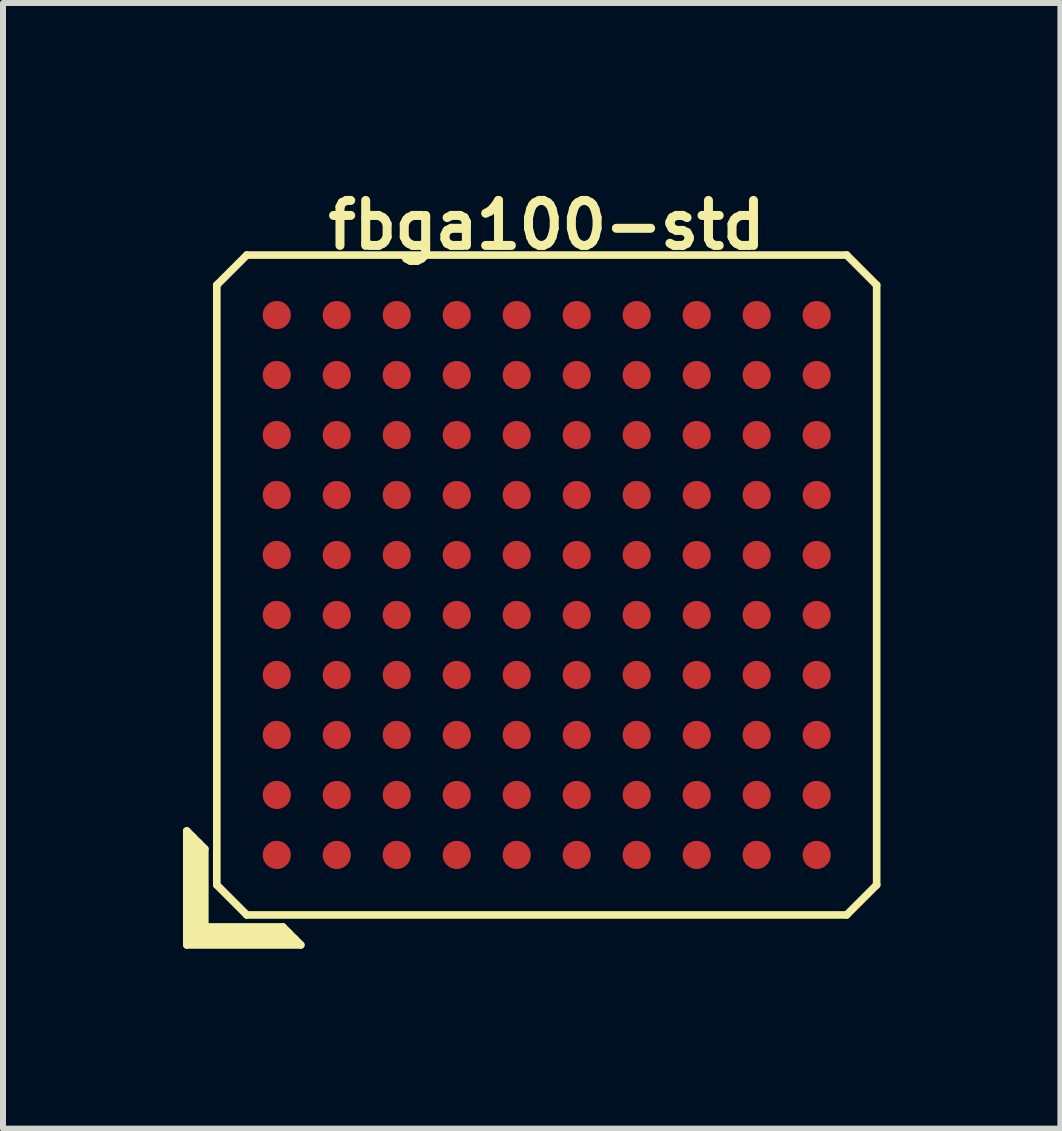
<source format=kicad_pcb>
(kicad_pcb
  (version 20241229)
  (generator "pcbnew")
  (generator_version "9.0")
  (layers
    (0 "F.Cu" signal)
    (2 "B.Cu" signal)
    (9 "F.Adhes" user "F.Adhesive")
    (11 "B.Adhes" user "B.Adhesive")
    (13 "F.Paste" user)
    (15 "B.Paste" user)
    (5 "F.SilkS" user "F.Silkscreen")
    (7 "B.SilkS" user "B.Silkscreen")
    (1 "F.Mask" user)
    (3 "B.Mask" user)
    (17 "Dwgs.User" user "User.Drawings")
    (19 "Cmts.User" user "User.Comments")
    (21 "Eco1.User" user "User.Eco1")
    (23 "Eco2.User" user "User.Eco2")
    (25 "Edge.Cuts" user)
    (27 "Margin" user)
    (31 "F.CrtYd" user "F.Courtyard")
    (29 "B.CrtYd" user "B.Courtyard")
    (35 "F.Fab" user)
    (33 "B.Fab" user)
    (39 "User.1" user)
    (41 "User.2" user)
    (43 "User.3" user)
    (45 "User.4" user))
  (footprint "fbga100-std"
    (layer "F.Cu")
    (at 6.064 6.702)
    (property "Reference" "fbga100-std" (at 0 -6 0) (layer "F.SilkS") (effects (font (size 0.75 0.75) (thickness 0.15))))
    (attr through_hole)
    (fp_line (start -6 4.1) (end -5.7 4.4) (stroke (width 0.127) (type solid)) (layer "F.SilkS"))
    (fp_line (start -6 6) (end -6 4.1) (stroke (width 0.127) (type solid)) (layer "F.SilkS"))
    (fp_line (start -5.9 5.9) (end -5.9 4.2) (stroke (width 0.127) (type solid)) (layer "F.SilkS"))
    (fp_line (start -5.8 4.3) (end -5.8 5.8) (stroke (width 0.127) (type solid)) (layer "F.SilkS"))
    (fp_line (start -5.8 5.8) (end -4.3 5.8) (stroke (width 0.127) (type solid)) (layer "F.SilkS"))
    (fp_line (start -5.7 4.4) (end -5.7 5.7) (stroke (width 0.127) (type solid)) (layer "F.SilkS"))
    (fp_line (start -5.7 5.7) (end -4.4 5.7) (stroke (width 0.127) (type solid)) (layer "F.SilkS"))
    (fp_line (start -5.5 -5) (end -5 -5.5) (stroke (width 0.127) (type solid)) (layer "F.SilkS"))
    (fp_line (start -5.5 5) (end -5.5 -5) (stroke (width 0.127) (type solid)) (layer "F.SilkS"))
    (fp_line (start -5 -5.5) (end 5 -5.5) (stroke (width 0.127) (type solid)) (layer "F.SilkS"))
    (fp_line (start -5 5.5) (end -5.5 5) (stroke (width 0.127) (type solid)) (layer "F.SilkS"))
    (fp_line (start -4.4 5.7) (end -4.1 6) (stroke (width 0.127) (type solid)) (layer "F.SilkS"))
    (fp_line (start -4.2 5.9) (end -5.9 5.9) (stroke (width 0.127) (type solid)) (layer "F.SilkS"))
    (fp_line (start -4.1 6) (end -6 6) (stroke (width 0.127) (type solid)) (layer "F.SilkS"))
    (fp_line (start 5 -5.5) (end 5.5 -5) (stroke (width 0.127) (type solid)) (layer "F.SilkS"))
    (fp_line (start 5 5.5) (end -5 5.5) (stroke (width 0.127) (type solid)) (layer "F.SilkS"))
    (fp_line (start 5.5 -5) (end 5.5 5) (stroke (width 0.127) (type solid)) (layer "F.SilkS"))
    (fp_line (start 5.5 5) (end 5 5.5) (stroke (width 0.127) (type solid)) (layer "F.SilkS"))
    (pad "A1" smd circle (at -4.5 4.5) (size 0.47 0.47) (layers "F.Cu" "F.Mask" "F.Paste"))
    (pad "A2" smd circle (at -4.5 3.5) (size 0.47 0.47) (layers "F.Cu" "F.Mask" "F.Paste"))
    (pad "A3" smd circle (at -4.5 2.5) (size 0.47 0.47) (layers "F.Cu" "F.Mask" "F.Paste"))
    (pad "A4" smd circle (at -4.5 1.5) (size 0.47 0.47) (layers "F.Cu" "F.Mask" "F.Paste"))
    (pad "A5" smd circle (at -4.5 0.5) (size 0.47 0.47) (layers "F.Cu" "F.Mask" "F.Paste"))
    (pad "A6" smd circle (at -4.5 -0.5) (size 0.47 0.47) (layers "F.Cu" "F.Mask" "F.Paste"))
    (pad "A7" smd circle (at -4.5 -1.5) (size 0.47 0.47) (layers "F.Cu" "F.Mask" "F.Paste"))
    (pad "A8" smd circle (at -4.5 -2.5) (size 0.47 0.47) (layers "F.Cu" "F.Mask" "F.Paste"))
    (pad "A9" smd circle (at -4.5 -3.5) (size 0.47 0.47) (layers "F.Cu" "F.Mask" "F.Paste"))
    (pad "A10" smd circle (at -4.5 -4.5) (size 0.47 0.47) (layers "F.Cu" "F.Mask" "F.Paste"))
    (pad "B1" smd circle (at -3.5 4.5) (size 0.47 0.47) (layers "F.Cu" "F.Mask" "F.Paste"))
    (pad "B2" smd circle (at -3.5 3.5) (size 0.47 0.47) (layers "F.Cu" "F.Mask" "F.Paste"))
    (pad "B3" smd circle (at -3.5 2.5) (size 0.47 0.47) (layers "F.Cu" "F.Mask" "F.Paste"))
    (pad "B4" smd circle (at -3.5 1.5) (size 0.47 0.47) (layers "F.Cu" "F.Mask" "F.Paste"))
    (pad "B5" smd circle (at -3.5 0.5) (size 0.47 0.47) (layers "F.Cu" "F.Mask" "F.Paste"))
    (pad "B6" smd circle (at -3.5 -0.5) (size 0.47 0.47) (layers "F.Cu" "F.Mask" "F.Paste"))
    (pad "B7" smd circle (at -3.5 -1.5) (size 0.47 0.47) (layers "F.Cu" "F.Mask" "F.Paste"))
    (pad "B8" smd circle (at -3.5 -2.5) (size 0.47 0.47) (layers "F.Cu" "F.Mask" "F.Paste"))
    (pad "B9" smd circle (at -3.5 -3.5) (size 0.47 0.47) (layers "F.Cu" "F.Mask" "F.Paste"))
    (pad "B10" smd circle (at -3.5 -4.5) (size 0.47 0.47) (layers "F.Cu" "F.Mask" "F.Paste"))
    (pad "C1" smd circle (at -2.5 4.5) (size 0.47 0.47) (layers "F.Cu" "F.Mask" "F.Paste"))
    (pad "C2" smd circle (at -2.5 3.5) (size 0.47 0.47) (layers "F.Cu" "F.Mask" "F.Paste"))
    (pad "C3" smd circle (at -2.5 2.5) (size 0.47 0.47) (layers "F.Cu" "F.Mask" "F.Paste"))
    (pad "C4" smd circle (at -2.5 1.5) (size 0.47 0.47) (layers "F.Cu" "F.Mask" "F.Paste"))
    (pad "C5" smd circle (at -2.5 0.5) (size 0.47 0.47) (layers "F.Cu" "F.Mask" "F.Paste"))
    (pad "C6" smd circle (at -2.5 -0.5) (size 0.47 0.47) (layers "F.Cu" "F.Mask" "F.Paste"))
    (pad "C7" smd circle (at -2.5 -1.5) (size 0.47 0.47) (layers "F.Cu" "F.Mask" "F.Paste"))
    (pad "C8" smd circle (at -2.5 -2.5) (size 0.47 0.47) (layers "F.Cu" "F.Mask" "F.Paste"))
    (pad "C9" smd circle (at -2.5 -3.5) (size 0.47 0.47) (layers "F.Cu" "F.Mask" "F.Paste"))
    (pad "C10" smd circle (at -2.5 -4.5) (size 0.47 0.47) (layers "F.Cu" "F.Mask" "F.Paste"))
    (pad "D1" smd circle (at -1.5 4.5) (size 0.47 0.47) (layers "F.Cu" "F.Mask" "F.Paste"))
    (pad "D2" smd circle (at -1.5 3.5) (size 0.47 0.47) (layers "F.Cu" "F.Mask" "F.Paste"))
    (pad "D3" smd circle (at -1.5 2.5) (size 0.47 0.47) (layers "F.Cu" "F.Mask" "F.Paste"))
    (pad "D4" smd circle (at -1.5 1.5) (size 0.47 0.47) (layers "F.Cu" "F.Mask" "F.Paste"))
    (pad "D5" smd circle (at -1.5 0.5) (size 0.47 0.47) (layers "F.Cu" "F.Mask" "F.Paste"))
    (pad "D6" smd circle (at -1.5 -0.5) (size 0.47 0.47) (layers "F.Cu" "F.Mask" "F.Paste"))
    (pad "D7" smd circle (at -1.5 -1.5) (size 0.47 0.47) (layers "F.Cu" "F.Mask" "F.Paste"))
    (pad "D8" smd circle (at -1.5 -2.5) (size 0.47 0.47) (layers "F.Cu" "F.Mask" "F.Paste"))
    (pad "D9" smd circle (at -1.5 -3.5) (size 0.47 0.47) (layers "F.Cu" "F.Mask" "F.Paste"))
    (pad "D10" smd circle (at -1.5 -4.5) (size 0.47 0.47) (layers "F.Cu" "F.Mask" "F.Paste"))
    (pad "E1" smd circle (at -0.5 4.5) (size 0.47 0.47) (layers "F.Cu" "F.Mask" "F.Paste"))
    (pad "E2" smd circle (at -0.5 3.5) (size 0.47 0.47) (layers "F.Cu" "F.Mask" "F.Paste"))
    (pad "E3" smd circle (at -0.5 2.5) (size 0.47 0.47) (layers "F.Cu" "F.Mask" "F.Paste"))
    (pad "E4" smd circle (at -0.5 1.5) (size 0.47 0.47) (layers "F.Cu" "F.Mask" "F.Paste"))
    (pad "E5" smd circle (at -0.5 0.5) (size 0.47 0.47) (layers "F.Cu" "F.Mask" "F.Paste"))
    (pad "E6" smd circle (at -0.5 -0.5) (size 0.47 0.47) (layers "F.Cu" "F.Mask" "F.Paste"))
    (pad "E7" smd circle (at -0.5 -1.5) (size 0.47 0.47) (layers "F.Cu" "F.Mask" "F.Paste"))
    (pad "E8" smd circle (at -0.5 -2.5) (size 0.47 0.47) (layers "F.Cu" "F.Mask" "F.Paste"))
    (pad "E9" smd circle (at -0.5 -3.5) (size 0.47 0.47) (layers "F.Cu" "F.Mask" "F.Paste"))
    (pad "E10" smd circle (at -0.5 -4.5) (size 0.47 0.47) (layers "F.Cu" "F.Mask" "F.Paste"))
    (pad "F1" smd circle (at 0.5 4.5) (size 0.47 0.47) (layers "F.Cu" "F.Mask" "F.Paste"))
    (pad "F2" smd circle (at 0.5 3.5) (size 0.47 0.47) (layers "F.Cu" "F.Mask" "F.Paste"))
    (pad "F3" smd circle (at 0.5 2.5) (size 0.47 0.47) (layers "F.Cu" "F.Mask" "F.Paste"))
    (pad "F4" smd circle (at 0.5 1.5) (size 0.47 0.47) (layers "F.Cu" "F.Mask" "F.Paste"))
    (pad "F5" smd circle (at 0.5 0.5) (size 0.47 0.47) (layers "F.Cu" "F.Mask" "F.Paste"))
    (pad "F6" smd circle (at 0.5 -0.5) (size 0.47 0.47) (layers "F.Cu" "F.Mask" "F.Paste"))
    (pad "F7" smd circle (at 0.5 -1.5) (size 0.47 0.47) (layers "F.Cu" "F.Mask" "F.Paste"))
    (pad "F8" smd circle (at 0.5 -2.5) (size 0.47 0.47) (layers "F.Cu" "F.Mask" "F.Paste"))
    (pad "F9" smd circle (at 0.5 -3.5) (size 0.47 0.47) (layers "F.Cu" "F.Mask" "F.Paste"))
    (pad "F10" smd circle (at 0.5 -4.5) (size 0.47 0.47) (layers "F.Cu" "F.Mask" "F.Paste"))
    (pad "G1" smd circle (at 1.5 4.5) (size 0.47 0.47) (layers "F.Cu" "F.Mask" "F.Paste"))
    (pad "G2" smd circle (at 1.5 3.5) (size 0.47 0.47) (layers "F.Cu" "F.Mask" "F.Paste"))
    (pad "G3" smd circle (at 1.5 2.5) (size 0.47 0.47) (layers "F.Cu" "F.Mask" "F.Paste"))
    (pad "G4" smd circle (at 1.5 1.5) (size 0.47 0.47) (layers "F.Cu" "F.Mask" "F.Paste"))
    (pad "G5" smd circle (at 1.5 0.5) (size 0.47 0.47) (layers "F.Cu" "F.Mask" "F.Paste"))
    (pad "G6" smd circle (at 1.5 -0.5) (size 0.47 0.47) (layers "F.Cu" "F.Mask" "F.Paste"))
    (pad "G7" smd circle (at 1.5 -1.5) (size 0.47 0.47) (layers "F.Cu" "F.Mask" "F.Paste"))
    (pad "G8" smd circle (at 1.5 -2.5) (size 0.47 0.47) (layers "F.Cu" "F.Mask" "F.Paste"))
    (pad "G9" smd circle (at 1.5 -3.5) (size 0.47 0.47) (layers "F.Cu" "F.Mask" "F.Paste"))
    (pad "G10" smd circle (at 1.5 -4.5) (size 0.47 0.47) (layers "F.Cu" "F.Mask" "F.Paste"))
    (pad "H1" smd circle (at 2.5 4.5) (size 0.47 0.47) (layers "F.Cu" "F.Mask" "F.Paste"))
    (pad "H2" smd circle (at 2.5 3.5) (size 0.47 0.47) (layers "F.Cu" "F.Mask" "F.Paste"))
    (pad "H3" smd circle (at 2.5 2.5) (size 0.47 0.47) (layers "F.Cu" "F.Mask" "F.Paste"))
    (pad "H4" smd circle (at 2.5 1.5) (size 0.47 0.47) (layers "F.Cu" "F.Mask" "F.Paste"))
    (pad "H5" smd circle (at 2.5 0.5) (size 0.47 0.47) (layers "F.Cu" "F.Mask" "F.Paste"))
    (pad "H6" smd circle (at 2.5 -0.5) (size 0.47 0.47) (layers "F.Cu" "F.Mask" "F.Paste"))
    (pad "H7" smd circle (at 2.5 -1.5) (size 0.47 0.47) (layers "F.Cu" "F.Mask" "F.Paste"))
    (pad "H8" smd circle (at 2.5 -2.5) (size 0.47 0.47) (layers "F.Cu" "F.Mask" "F.Paste"))
    (pad "H9" smd circle (at 2.5 -3.5) (size 0.47 0.47) (layers "F.Cu" "F.Mask" "F.Paste"))
    (pad "H10" smd circle (at 2.5 -4.5) (size 0.47 0.47) (layers "F.Cu" "F.Mask" "F.Paste"))
    (pad "J1" smd circle (at 3.5 4.5) (size 0.47 0.47) (layers "F.Cu" "F.Mask" "F.Paste"))
    (pad "J2" smd circle (at 3.5 3.5) (size 0.47 0.47) (layers "F.Cu" "F.Mask" "F.Paste"))
    (pad "J3" smd circle (at 3.5 2.5) (size 0.47 0.47) (layers "F.Cu" "F.Mask" "F.Paste"))
    (pad "J4" smd circle (at 3.5 1.5) (size 0.47 0.47) (layers "F.Cu" "F.Mask" "F.Paste"))
    (pad "J5" smd circle (at 3.5 0.5) (size 0.47 0.47) (layers "F.Cu" "F.Mask" "F.Paste"))
    (pad "J6" smd circle (at 3.5 -0.5) (size 0.47 0.47) (layers "F.Cu" "F.Mask" "F.Paste"))
    (pad "J7" smd circle (at 3.5 -1.5) (size 0.47 0.47) (layers "F.Cu" "F.Mask" "F.Paste"))
    (pad "J8" smd circle (at 3.5 -2.5) (size 0.47 0.47) (layers "F.Cu" "F.Mask" "F.Paste"))
    (pad "J9" smd circle (at 3.5 -3.5) (size 0.47 0.47) (layers "F.Cu" "F.Mask" "F.Paste"))
    (pad "J10" smd circle (at 3.5 -4.5) (size 0.47 0.47) (layers "F.Cu" "F.Mask" "F.Paste"))
    (pad "K1" smd circle (at 4.5 4.5) (size 0.47 0.47) (layers "F.Cu" "F.Mask" "F.Paste"))
    (pad "K2" smd circle (at 4.5 3.5) (size 0.47 0.47) (layers "F.Cu" "F.Mask" "F.Paste"))
    (pad "K3" smd circle (at 4.5 2.5) (size 0.47 0.47) (layers "F.Cu" "F.Mask" "F.Paste"))
    (pad "K4" smd circle (at 4.5 1.5) (size 0.47 0.47) (layers "F.Cu" "F.Mask" "F.Paste"))
    (pad "K5" smd circle (at 4.5 0.5) (size 0.47 0.47) (layers "F.Cu" "F.Mask" "F.Paste"))
    (pad "K6" smd circle (at 4.5 -0.5) (size 0.47 0.47) (layers "F.Cu" "F.Mask" "F.Paste"))
    (pad "K7" smd circle (at 4.5 -1.5) (size 0.47 0.47) (layers "F.Cu" "F.Mask" "F.Paste"))
    (pad "K8" smd circle (at 4.5 -2.5) (size 0.47 0.47) (layers "F.Cu" "F.Mask" "F.Paste"))
    (pad "K9" smd circle (at 4.5 -3.5) (size 0.47 0.47) (layers "F.Cu" "F.Mask" "F.Paste"))
    (pad "K10" smd circle (at 4.5 -4.5) (size 0.47 0.47) (layers "F.Cu" "F.Mask" "F.Paste")))
  (gr_rect
    (start -3 -3)
    (end 14.627 15.765)
    (stroke (width 0.1) (type default))
    (fill no)
    (layer "Edge.Cuts")))
</source>
